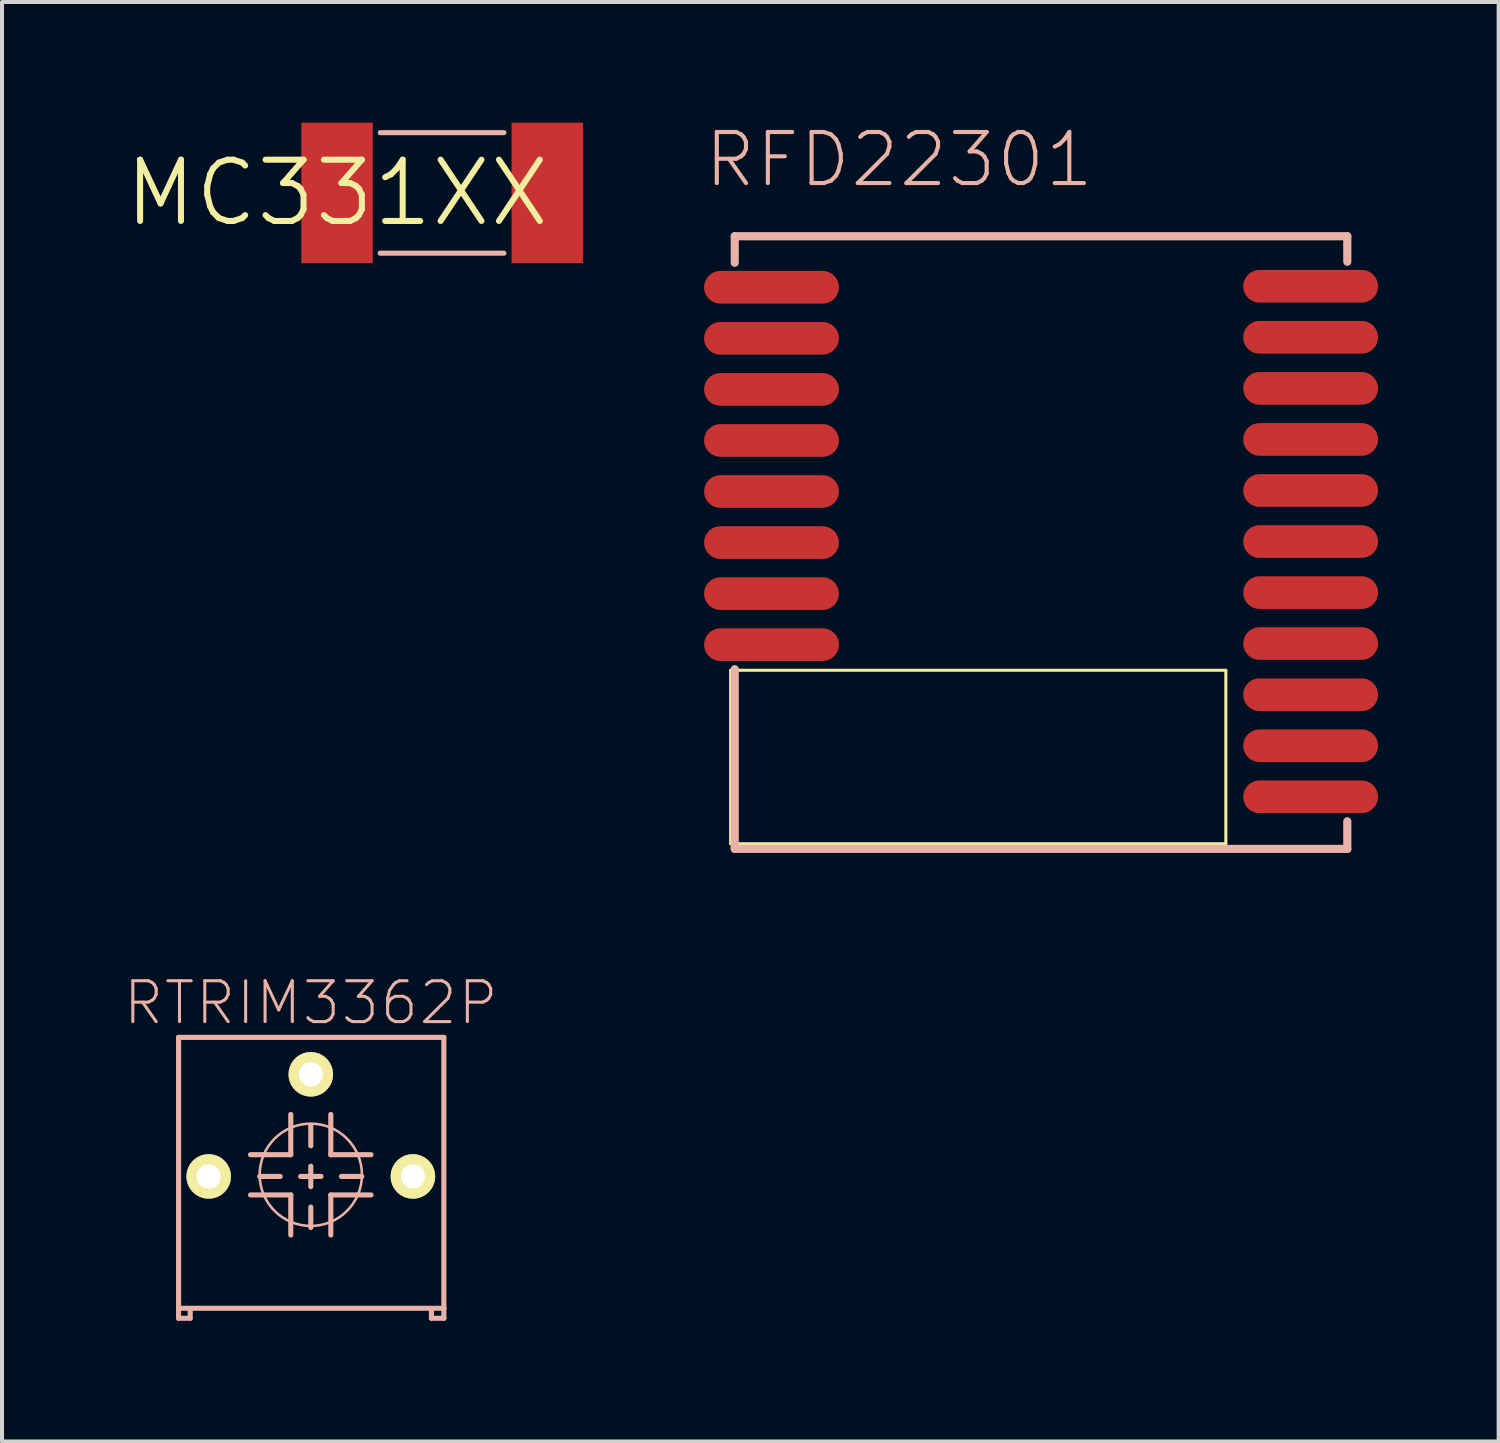
<source format=kicad_pcb>
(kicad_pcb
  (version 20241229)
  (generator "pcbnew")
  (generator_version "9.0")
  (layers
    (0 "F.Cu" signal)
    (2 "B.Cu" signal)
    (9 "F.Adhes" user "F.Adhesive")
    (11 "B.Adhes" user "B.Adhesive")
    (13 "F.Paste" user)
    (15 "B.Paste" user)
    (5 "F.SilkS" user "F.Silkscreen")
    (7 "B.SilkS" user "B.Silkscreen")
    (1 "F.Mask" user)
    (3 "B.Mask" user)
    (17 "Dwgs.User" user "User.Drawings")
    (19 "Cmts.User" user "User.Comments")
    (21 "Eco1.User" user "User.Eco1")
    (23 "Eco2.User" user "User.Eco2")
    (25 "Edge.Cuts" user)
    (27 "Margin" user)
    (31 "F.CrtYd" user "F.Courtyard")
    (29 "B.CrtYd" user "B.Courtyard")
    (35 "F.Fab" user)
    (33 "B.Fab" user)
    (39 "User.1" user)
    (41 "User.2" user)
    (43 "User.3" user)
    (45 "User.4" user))
  (footprint "RFD22301"
    (layer "F.Cu")
    (at 16.141 4.096)
    (property "Reference" "RFD22301" (at 3.175 -3.175 0) (layer "B.SilkS") (effects (font (size 1.27 1.27) (thickness 0.102))))
    (attr smd)
    (fp_line (start -1.016 9.525) (end 11.303 9.525) (stroke (width 0.066) (type solid)) (layer "F.SilkS"))
    (fp_line (start -1.016 9.525) (end 11.303 9.525) (stroke (width 0.066) (type solid)) (layer "F.SilkS"))
    (fp_line (start -1.016 13.843) (end -1.016 9.525) (stroke (width 0.066) (type solid)) (layer "F.SilkS"))
    (fp_line (start -1.016 13.843) (end -1.016 9.525) (stroke (width 0.066) (type solid)) (layer "F.SilkS"))
    (fp_line (start -1.016 13.843) (end 11.303 13.843) (stroke (width 0.066) (type solid)) (layer "F.SilkS"))
    (fp_line (start -1.016 13.843) (end 11.303 13.843) (stroke (width 0.066) (type solid)) (layer "F.SilkS"))
    (fp_line (start 11.303 13.843) (end 11.303 9.525) (stroke (width 0.066) (type solid)) (layer "F.SilkS"))
    (fp_line (start 11.303 13.843) (end 11.303 9.525) (stroke (width 0.066) (type solid)) (layer "F.SilkS"))
    (fp_line (start -0.914 -1.27) (end 14.323 -1.27) (stroke (width 0.203) (type solid)) (layer "B.SilkS"))
    (fp_line (start -0.914 -0.61) (end -0.914 -1.27) (stroke (width 0.203) (type solid)) (layer "B.SilkS"))
    (fp_line (start -0.914 9.5) (end -0.914 13.97) (stroke (width 0.203) (type solid)) (layer "B.SilkS"))
    (fp_line (start 14.323 -1.27) (end 14.323 -0.635) (stroke (width 0.203) (type solid)) (layer "B.SilkS"))
    (fp_line (start 14.323 13.284) (end 14.323 13.97) (stroke (width 0.203) (type solid)) (layer "B.SilkS"))
    (fp_line (start 14.323 13.97) (end -0.914 13.97) (stroke (width 0.203) (type solid)) (layer "B.SilkS"))
    (pad "1" smd oval (at 0 0) (size 3.353 0.813) (layers "F.Cu" "F.Mask" "F.Paste"))
    (pad "2" smd oval (at 0 1.27) (size 3.353 0.813) (layers "F.Cu" "F.Mask" "F.Paste"))
    (pad "3" smd oval (at 0 2.54) (size 3.353 0.813) (layers "F.Cu" "F.Mask" "F.Paste"))
    (pad "4" smd oval (at 0 3.81) (size 3.353 0.813) (layers "F.Cu" "F.Mask" "F.Paste"))
    (pad "5" smd oval (at 0 5.08) (size 3.353 0.813) (layers "F.Cu" "F.Mask" "F.Paste"))
    (pad "6" smd oval (at 0 6.35) (size 3.353 0.813) (layers "F.Cu" "F.Mask" "F.Paste"))
    (pad "7" smd oval (at 0 7.62) (size 3.353 0.813) (layers "F.Cu" "F.Mask" "F.Paste"))
    (pad "8" smd oval (at 0 8.89) (size 3.353 0.813) (layers "F.Cu" "F.Mask" "F.Paste"))
    (pad "9" smd oval (at 13.411 12.675) (size 3.353 0.813) (layers "F.Cu" "F.Mask" "F.Paste"))
    (pad "10" smd oval (at 13.411 11.405) (size 3.353 0.813) (layers "F.Cu" "F.Mask" "F.Paste"))
    (pad "11" smd oval (at 13.411 10.135) (size 3.353 0.813) (layers "F.Cu" "F.Mask" "F.Paste"))
    (pad "12" smd oval (at 13.411 8.862) (size 3.353 0.813) (layers "F.Cu" "F.Mask" "F.Paste"))
    (pad "13" smd oval (at 13.411 7.595) (size 3.353 0.813) (layers "F.Cu" "F.Mask" "F.Paste"))
    (pad "14" smd oval (at 13.411 6.325) (size 3.353 0.813) (layers "F.Cu" "F.Mask" "F.Paste"))
    (pad "15" smd oval (at 13.411 5.055) (size 3.353 0.813) (layers "F.Cu" "F.Mask" "F.Paste"))
    (pad "16" smd oval (at 13.411 3.785) (size 3.353 0.813) (layers "F.Cu" "F.Mask" "F.Paste"))
    (pad "17" smd oval (at 13.411 2.515) (size 3.353 0.813) (layers "F.Cu" "F.Mask" "F.Paste"))
    (pad "18" smd oval (at 13.411 1.245) (size 3.353 0.813) (layers "F.Cu" "F.Mask" "F.Paste"))
    (pad "19" smd oval (at 13.411 -0.025) (size 3.353 0.813) (layers "F.Cu" "F.Mask" "F.Paste")))
  (footprint "MC331XX"
    (layer "F.Cu")
    (at 5.334 1.749)
    (property "Reference" "MC331XX" (at 0 0 0) (layer "F.SilkS") (effects (font (size 1.524 1.524) (thickness 0.15))))
    (attr smd)
    (fp_line (start 1.074 -1.499) (end 4.15 -1.499) (stroke (width 0.127) (type solid)) (layer "B.SilkS"))
    (fp_line (start 1.074 1.499) (end 4.15 1.499) (stroke (width 0.127) (type solid)) (layer "B.SilkS"))
    (pad "P$1" smd rect (at 0 0 90) (size 3.498 1.778) (layers "F.Cu" "F.Mask" "F.Paste"))
    (pad "P$2" smd rect (at 5.23 0 90) (size 3.498 1.778) (layers "F.Cu" "F.Mask" "F.Paste")))
  (footprint "RTRIM3362P"
    (layer "F.Cu")
    (at 4.681 23.674)
    (property "Reference" "RTRIM3362P" (at 0 -1.778 0) (layer "B.SilkS") (effects (font (size 1.016 1.016) (thickness 0.076))))
    (attr exclude_from_pos_files exclude_from_bom)
    (fp_line (start -3.289 -0.919) (end -3.289 5.819) (stroke (width 0.127) (type solid)) (layer "B.SilkS"))
    (fp_line (start -3.289 -0.919) (end 3.31 -0.919) (stroke (width 0.127) (type solid)) (layer "B.SilkS"))
    (fp_line (start -3.289 5.819) (end -3.289 6.068) (stroke (width 0.127) (type solid)) (layer "B.SilkS"))
    (fp_line (start -3.289 5.819) (end 3.31 5.819) (stroke (width 0.127) (type solid)) (layer "B.SilkS"))
    (fp_line (start -3.289 6.068) (end -3 6.068) (stroke (width 0.127) (type solid)) (layer "B.SilkS"))
    (fp_line (start -3 6.068) (end -3 5.839) (stroke (width 0.127) (type solid)) (layer "B.SilkS"))
    (fp_line (start -1.499 3) (end -0.498 3) (stroke (width 0.127) (type solid)) (layer "B.SilkS"))
    (fp_line (start -0.762 2.54) (end -1.27 2.54) (stroke (width 0.127) (type solid)) (layer "B.SilkS"))
    (fp_line (start -0.498 0.998) (end -0.498 1.999) (stroke (width 0.127) (type solid)) (layer "B.SilkS"))
    (fp_line (start -0.498 1.999) (end -1.499 1.999) (stroke (width 0.127) (type solid)) (layer "B.SilkS"))
    (fp_line (start -0.498 3) (end -0.498 3.998) (stroke (width 0.127) (type solid)) (layer "B.SilkS"))
    (fp_line (start -0.254 2.54) (end 0.254 2.54) (stroke (width 0.127) (type solid)) (layer "B.SilkS"))
    (fp_line (start 0 1.778) (end 0 1.27) (stroke (width 0.127) (type solid)) (layer "B.SilkS"))
    (fp_line (start 0 2.286) (end 0 2.794) (stroke (width 0.127) (type solid)) (layer "B.SilkS"))
    (fp_line (start 0 3.302) (end 0 3.81) (stroke (width 0.127) (type solid)) (layer "B.SilkS"))
    (fp_line (start 0.498 0.998) (end 0.498 1.999) (stroke (width 0.127) (type solid)) (layer "B.SilkS"))
    (fp_line (start 0.498 1.999) (end 1.499 1.999) (stroke (width 0.127) (type solid)) (layer "B.SilkS"))
    (fp_line (start 0.498 3) (end 1.499 3) (stroke (width 0.127) (type solid)) (layer "B.SilkS"))
    (fp_line (start 0.498 3.998) (end 0.498 3) (stroke (width 0.127) (type solid)) (layer "B.SilkS"))
    (fp_line (start 0.762 2.54) (end 1.27 2.54) (stroke (width 0.127) (type solid)) (layer "B.SilkS"))
    (fp_line (start 3 6.068) (end 3 5.85) (stroke (width 0.127) (type solid)) (layer "B.SilkS"))
    (fp_line (start 3.31 -0.919) (end 3.31 5.819) (stroke (width 0.127) (type solid)) (layer "B.SilkS"))
    (fp_line (start 3.31 5.819) (end 3.31 6.068) (stroke (width 0.127) (type solid)) (layer "B.SilkS"))
    (fp_line (start 3.31 6.068) (end 3 6.068) (stroke (width 0.127) (type solid)) (layer "B.SilkS"))
    (fp_circle (center 0 2.499) (end -0.899 3.399) (stroke (width 0.064) (type solid)) (fill no) (layer "B.SilkS"))
    (pad "1" thru_hole circle (at -2.54 2.54) (size 1.107 1.107) (drill 0.599) (layers "*.Cu" "F.Mask" "F.SilkS" "F.Paste"))
    (pad "2" thru_hole circle (at 0 0) (size 1.107 1.107) (drill 0.599) (layers "*.Cu" "F.Mask" "F.SilkS" "F.Paste"))
    (pad "3" thru_hole circle (at 2.54 2.54) (size 1.107 1.107) (drill 0.599) (layers "*.Cu" "F.Mask" "F.SilkS" "F.Paste")))
  (gr_rect
    (start -3 -3)
    (end 34.229 32.806)
    (stroke (width 0.1) (type default))
    (fill no)
    (layer "Edge.Cuts")))
</source>
